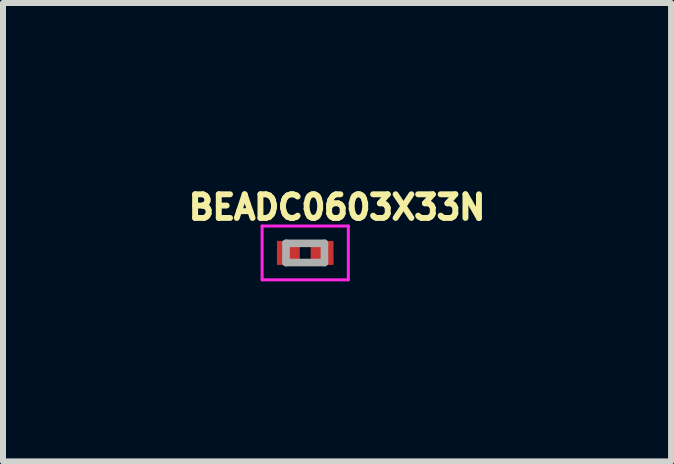
<source format=kicad_pcb>
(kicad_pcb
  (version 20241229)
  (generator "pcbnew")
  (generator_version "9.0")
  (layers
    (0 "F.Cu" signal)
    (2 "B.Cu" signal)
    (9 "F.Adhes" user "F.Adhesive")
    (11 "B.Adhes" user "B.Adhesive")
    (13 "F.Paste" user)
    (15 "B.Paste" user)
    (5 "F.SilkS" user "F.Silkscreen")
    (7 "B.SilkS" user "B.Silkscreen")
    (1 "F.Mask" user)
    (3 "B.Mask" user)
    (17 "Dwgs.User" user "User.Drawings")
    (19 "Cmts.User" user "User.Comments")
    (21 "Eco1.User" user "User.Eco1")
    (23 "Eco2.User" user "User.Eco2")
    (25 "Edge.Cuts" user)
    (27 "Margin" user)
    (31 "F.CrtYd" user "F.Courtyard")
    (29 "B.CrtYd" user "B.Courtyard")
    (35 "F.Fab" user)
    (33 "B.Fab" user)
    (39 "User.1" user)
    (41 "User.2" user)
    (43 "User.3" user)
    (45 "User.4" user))
  (footprint "BEADC0603X33N"
    (layer "F.Cu")
    (at 2.034 1.163)
    (property "Reference" "BEADC0603X33N" (at 0.53 -0.76 0) (layer "F.SilkS") (effects (font (size 0.394 0.394) (thickness 0.15))))
    (attr smd)
    (fp_line (start -0.718 -0.448) (end 0.718 -0.448) (stroke (width 0.05) (type solid)) (layer "F.CrtYd"))
    (fp_line (start -0.718 0.448) (end -0.718 -0.448) (stroke (width 0.05) (type solid)) (layer "F.CrtYd"))
    (fp_line (start -0.718 0.448) (end 0.718 0.448) (stroke (width 0.05) (type solid)) (layer "F.CrtYd"))
    (fp_line (start 0.718 0.448) (end 0.718 -0.448) (stroke (width 0.05) (type solid)) (layer "F.CrtYd"))
    (fp_line (start -0.32 0.16) (end -0.32 -0.16) (stroke (width 0.127) (type solid)) (layer "F.Fab"))
    (fp_line (start 0.32 -0.16) (end -0.32 -0.16) (stroke (width 0.127) (type solid)) (layer "F.Fab"))
    (fp_line (start 0.32 0.16) (end -0.32 0.16) (stroke (width 0.127) (type solid)) (layer "F.Fab"))
    (fp_line (start 0.32 0.16) (end 0.32 -0.16) (stroke (width 0.127) (type solid)) (layer "F.Fab"))
    (pad "1" smd rect (at -0.281 0) (size 0.38 0.4) (layers "F.Cu" "F.Mask" "F.Paste"))
    (pad "2" smd rect (at 0.281 0) (size 0.38 0.4) (layers "F.Cu" "F.Mask" "F.Paste")))
  (gr_rect
    (start -3 -3)
    (end 8.128 4.636)
    (stroke (width 0.1) (type default))
    (fill no)
    (layer "Edge.Cuts")))
</source>
